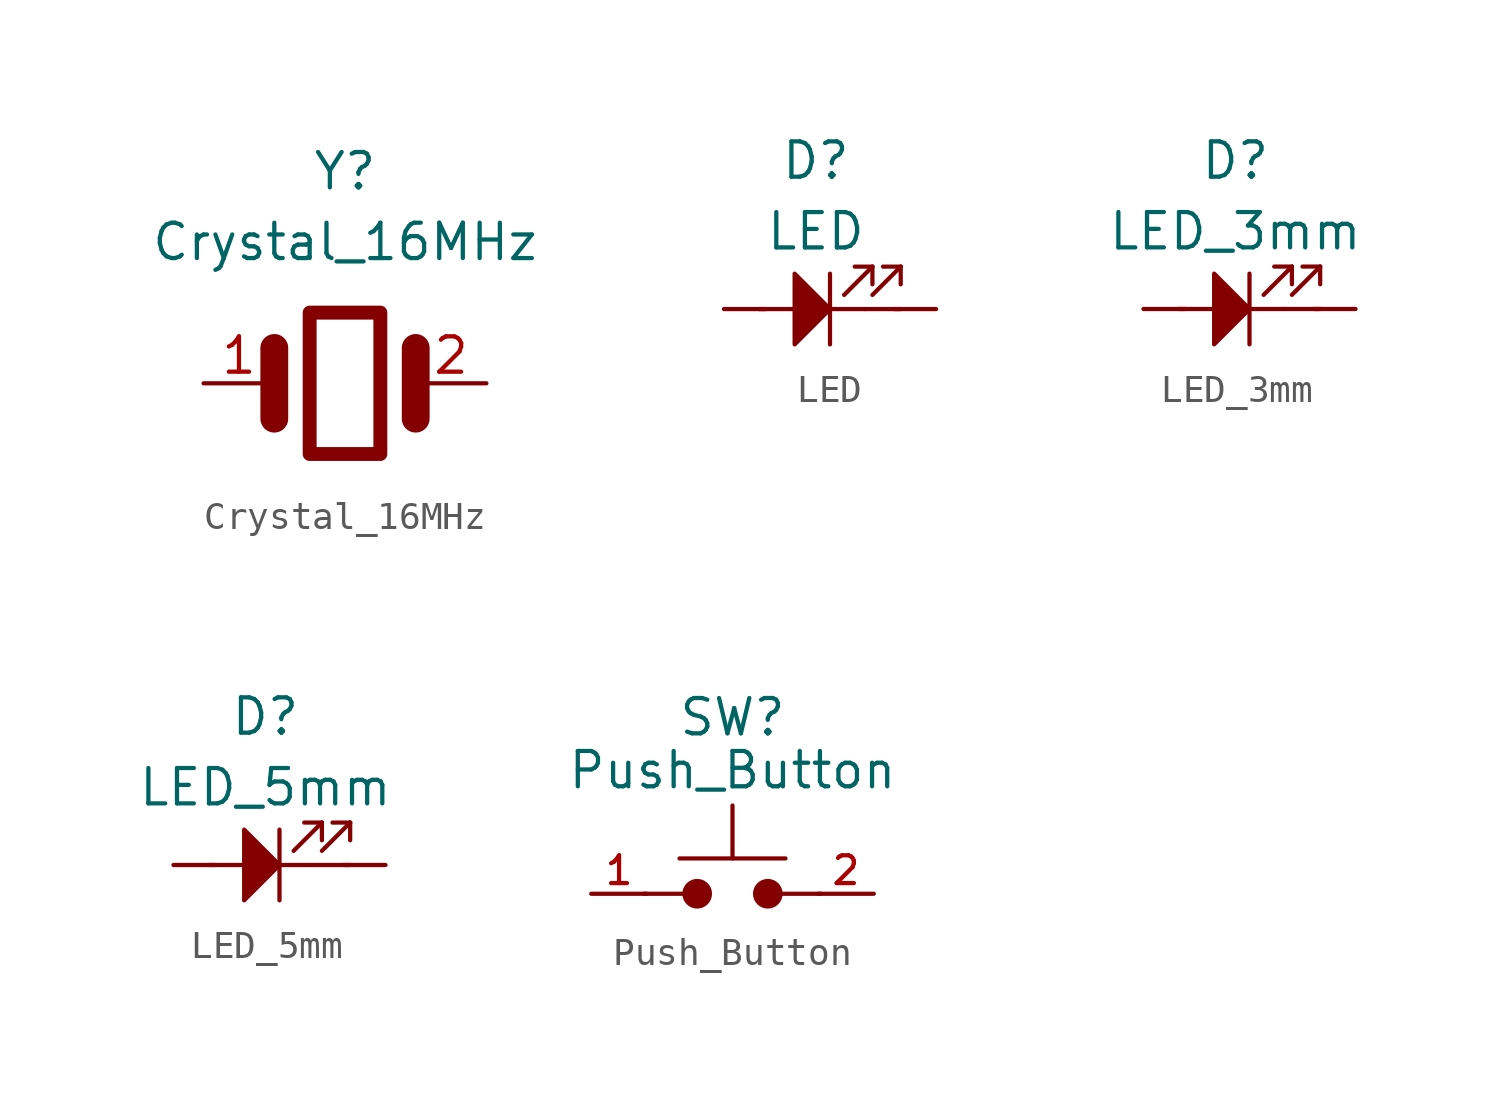
<source format=kicad_sym>
(kicad_symbol_lib
  (version 20220914)
  (generator kicad_symbol_editor)
  (symbol "Crystal_16MHz"
    (property "Reference" "Y"
      (at 0 7.62 0)
      (effects (font (size 1.27 1.27))))
    (property "Value" "Crystal_16MHz"
      (at 0 5.08 0)
      (effects (font (size 1.27 1.27))))
    (symbol "Crystal_16MHz_0_1"
      (rectangle (start -1.27 2.54) (end 1.27 -2.54) (stroke (width 0.5) (type default)) (fill (type none)))
      (polyline (pts (xy -2.54 1.27) (xy -2.54 -1.27)) (stroke (width 1) (type default)) (fill (type none)))
      (polyline (pts (xy 2.54 1.27) (xy 2.54 -1.27)) (stroke (width 1) (type default)) (fill (type none))))
    (symbol "Crystal_16MHz_1_1"
      (pin passive line (at -5.08 0 0) (length 2.54) (name "" (effects (font (size 1.27 1.27)))) (number "1" (effects (font (size 1.27 1.27)))))
      (pin passive line (at 5.08 0 180) (length 2.54) (name "" (effects (font (size 1.27 1.27)))) (number "2" (effects (font (size 1.27 1.27)))))))
  (symbol "LED"
    (property "Reference" "D"
      (at -0.508 5.334 0)
      (effects (font (size 1.27 1.27))))
    (property "Value" "LED"
      (at -0.508 2.794 0)
      (effects (font (size 1.27 1.27))))
    (symbol "LED_0_1"
      (polyline (pts (xy -1.27 0) (xy -2.54 0)) (stroke (width 0) (type default)) (fill (type none)))
      (polyline (pts (xy 0 1.27) (xy 0 -1.27)) (stroke (width 0) (type default)) (fill (type none)))
      (polyline (pts (xy 0.508 0.508) (xy 1.524 1.524)) (stroke (width 0) (type default)) (fill (type none)))
      (polyline (pts (xy 1.27 0) (xy 2.54 0)) (stroke (width 0) (type default)) (fill (type none)))
      (polyline (pts (xy 1.524 0.508) (xy 2.54 1.524)) (stroke (width 0) (type default)) (fill (type none)))
      (polyline (pts (xy 1.524 1.524) (xy 0.889 1.524)) (stroke (width 0) (type default)) (fill (type none)))
      (polyline (pts (xy 1.524 1.524) (xy 1.524 0.889)) (stroke (width 0) (type default)) (fill (type none)))
      (polyline (pts (xy 2.54 1.524) (xy 1.905 1.524)) (stroke (width 0) (type default)) (fill (type none)))
      (polyline (pts (xy 2.54 1.524) (xy 2.54 0.889)) (stroke (width 0) (type default)) (fill (type none)))
      (polyline (pts (xy 0 0) (xy -1.27 -1.27) (xy -1.27 1.27) (xy 0 0) (xy 1.27 0)) (stroke (width 0) (type default)) (fill (type outline))))
    (symbol "LED_1_1"
      (pin passive line (at 3.81 0 180) (length 1.5) (name "~" (effects (font (size 1.27 1.27)))) (number "1" (effects (font (size 0 0)))))
      (pin passive line (at -3.81 0 0) (length 1.5) (name "" (effects (font (size 1.27 1.27)))) (number "2" (effects (font (size 0 0)))))))
  (symbol "LED_3mm"
    (property "Reference" "D"
      (at -0.508 5.334 0)
      (effects (font (size 1.27 1.27))))
    (property "Value" "LED_3mm"
      (at -0.508 2.794 0)
      (effects (font (size 1.27 1.27))))
    (symbol "LED_3mm_0_1"
      (polyline (pts (xy -1.27 0) (xy -2.54 0)) (stroke (width 0) (type default)) (fill (type none)))
      (polyline (pts (xy 0 1.27) (xy 0 -1.27)) (stroke (width 0) (type default)) (fill (type none)))
      (polyline (pts (xy 0.508 0.508) (xy 1.524 1.524)) (stroke (width 0) (type default)) (fill (type none)))
      (polyline (pts (xy 1.27 0) (xy 2.54 0)) (stroke (width 0) (type default)) (fill (type none)))
      (polyline (pts (xy 1.524 0.508) (xy 2.54 1.524)) (stroke (width 0) (type default)) (fill (type none)))
      (polyline (pts (xy 1.524 1.524) (xy 0.889 1.524)) (stroke (width 0) (type default)) (fill (type none)))
      (polyline (pts (xy 1.524 1.524) (xy 1.524 0.889)) (stroke (width 0) (type default)) (fill (type none)))
      (polyline (pts (xy 2.54 1.524) (xy 1.905 1.524)) (stroke (width 0) (type default)) (fill (type none)))
      (polyline (pts (xy 2.54 1.524) (xy 2.54 0.889)) (stroke (width 0) (type default)) (fill (type none)))
      (polyline (pts (xy 0 0) (xy -1.27 -1.27) (xy -1.27 1.27) (xy 0 0) (xy 1.27 0)) (stroke (width 0) (type default)) (fill (type outline))))
    (symbol "LED_3mm_1_1"
      (pin passive line (at 3.81 0 180) (length 1.5) (name "~" (effects (font (size 1.27 1.27)))) (number "1" (effects (font (size 0 0)))))
      (pin passive line (at -3.81 0 0) (length 1.5) (name "" (effects (font (size 1.27 1.27)))) (number "2" (effects (font (size 0 0)))))))
  (symbol "LED_5mm"
    (property "Reference" "D"
      (at -0.508 5.334 0)
      (effects (font (size 1.27 1.27))))
    (property "Value" "LED_5mm"
      (at -0.508 2.794 0)
      (effects (font (size 1.27 1.27))))
    (symbol "LED_5mm_0_1"
      (polyline (pts (xy -1.27 0) (xy -2.54 0)) (stroke (width 0) (type default)) (fill (type none)))
      (polyline (pts (xy 0 1.27) (xy 0 -1.27)) (stroke (width 0) (type default)) (fill (type none)))
      (polyline (pts (xy 0.508 0.508) (xy 1.524 1.524)) (stroke (width 0) (type default)) (fill (type none)))
      (polyline (pts (xy 1.27 0) (xy 2.54 0)) (stroke (width 0) (type default)) (fill (type none)))
      (polyline (pts (xy 1.524 0.508) (xy 2.54 1.524)) (stroke (width 0) (type default)) (fill (type none)))
      (polyline (pts (xy 1.524 1.524) (xy 0.889 1.524)) (stroke (width 0) (type default)) (fill (type none)))
      (polyline (pts (xy 1.524 1.524) (xy 1.524 0.889)) (stroke (width 0) (type default)) (fill (type none)))
      (polyline (pts (xy 2.54 1.524) (xy 1.905 1.524)) (stroke (width 0) (type default)) (fill (type none)))
      (polyline (pts (xy 2.54 1.524) (xy 2.54 0.889)) (stroke (width 0) (type default)) (fill (type none)))
      (polyline (pts (xy 0 0) (xy -1.27 -1.27) (xy -1.27 1.27) (xy 0 0) (xy 1.27 0)) (stroke (width 0) (type default)) (fill (type outline))))
    (symbol "LED_5mm_1_1"
      (pin passive line (at 3.81 0 180) (length 1.5) (name "~" (effects (font (size 1.27 1.27)))) (number "1" (effects (font (size 0 0)))))
      (pin passive line (at -3.81 0 0) (length 1.5) (name "" (effects (font (size 1.27 1.27)))) (number "2" (effects (font (size 0 0)))))))
  (symbol "Push_Button"
    (property "Reference" "SW"
      (at 0 6.35 0)
      (effects (font (size 1.27 1.27))))
    (property "Value" "Push_Button"
      (at 0 4.445 0)
      (effects (font (size 1.27 1.27))))
    (symbol "Push_Button_0_1"
      (circle (center -1.27 0) (radius 0.458) (stroke (width 0) (type default)) (fill (type outline)))
      (polyline (pts (xy -3.175 0) (xy -1.778 0)) (stroke (width 0) (type default)) (fill (type none)))
      (polyline (pts (xy -1.905 1.27) (xy 1.905 1.27)) (stroke (width 0) (type default)) (fill (type none)))
      (polyline (pts (xy 0 1.27) (xy 0 3.175)) (stroke (width 0) (type default)) (fill (type none)))
      (polyline (pts (xy 1.778 0) (xy 3.175 0)) (stroke (width 0) (type default)) (fill (type none)))
      (circle (center 1.27 0) (radius 0.458) (stroke (width 0) (type default)) (fill (type outline))))
    (symbol "Push_Button_1_1"
      (pin passive line (at -5.08 0 0) (length 2) (name "" (effects (font (size 1.27 1.27)))) (number "1" (effects (font (size 1 1)))))
      (pin passive line (at 5.08 0 180) (length 2) (name "" (effects (font (size 1.27 1.27)))) (number "2" (effects (font (size 1 1))))))))
</source>
